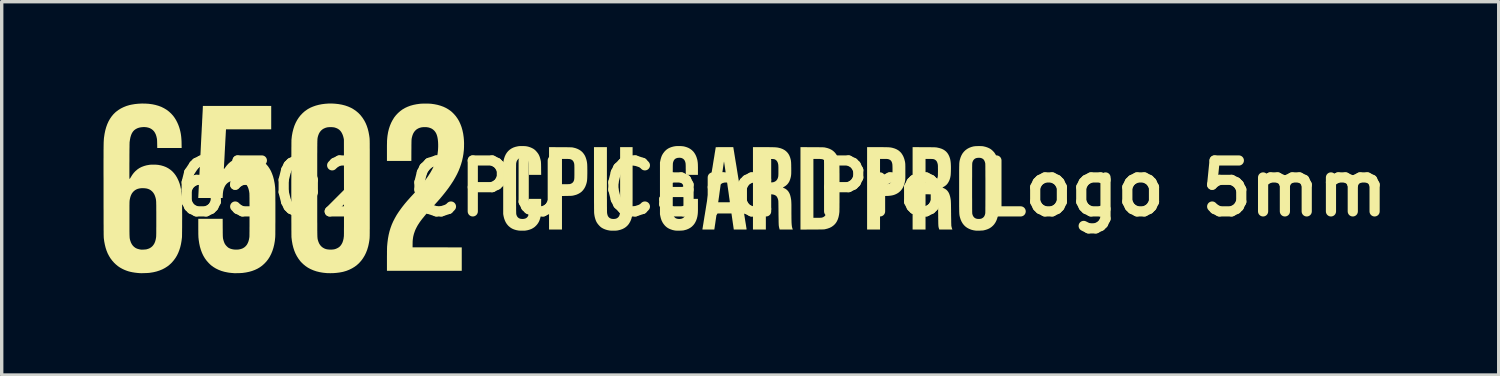
<source format=kicad_pcb>
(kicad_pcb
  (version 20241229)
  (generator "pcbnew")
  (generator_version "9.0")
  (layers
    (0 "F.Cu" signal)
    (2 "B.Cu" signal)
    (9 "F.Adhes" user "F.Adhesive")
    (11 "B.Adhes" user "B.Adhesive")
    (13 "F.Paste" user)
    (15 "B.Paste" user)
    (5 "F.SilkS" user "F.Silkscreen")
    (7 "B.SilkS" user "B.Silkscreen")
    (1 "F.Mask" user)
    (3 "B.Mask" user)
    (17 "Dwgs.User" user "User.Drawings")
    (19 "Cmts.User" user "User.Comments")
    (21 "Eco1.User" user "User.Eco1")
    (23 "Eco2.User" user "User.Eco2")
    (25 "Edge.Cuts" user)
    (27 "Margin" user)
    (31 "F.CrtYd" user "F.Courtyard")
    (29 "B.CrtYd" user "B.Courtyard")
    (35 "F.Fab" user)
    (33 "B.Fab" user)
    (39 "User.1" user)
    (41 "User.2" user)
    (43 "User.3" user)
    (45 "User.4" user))
  (footprint "6502 CPU Card Pro Logo 5mm"
    (layer "F.Cu")
    (at 19.987 2.5)
    (property "Reference" "6502 CPU Card Pro Logo 5mm" (at 0 0 0) (layer "F.SilkS") (effects (font (size 1.5 1.5) (thickness 0.3))))
    (attr board_only exclude_from_pos_files exclude_from_bom)
    (fp_poly (pts (xy 2.886 -1.214) (xy 2.942 -1.214) (xy 2.991 -1.214) (xy 3.034 -1.213) (xy 3.071 -1.213) (xy 3.102 -1.212) (xy 3.13 -1.211) (xy 3.154 -1.21) (xy 3.174 -1.208) (xy 3.193 -1.206) (xy 3.21 -1.204) (xy 3.225 -1.201) (xy 3.241 -1.198) (xy 3.257 -1.194) (xy 3.269 -1.191) (xy 3.331 -1.172) (xy 3.387 -1.147) (xy 3.438 -1.116) (xy 3.483 -1.078) (xy 3.522 -1.035) (xy 3.555 -0.985) (xy 3.584 -0.929) (xy 3.607 -0.867) (xy 3.625 -0.797) (xy 3.631 -0.766) (xy 3.632 -0.755) (xy 3.634 -0.744) (xy 3.635 -0.731) (xy 3.636 -0.717) (xy 3.637 -0.699) (xy 3.637 -0.678) (xy 3.638 -0.652) (xy 3.638 -0.621) (xy 3.638 -0.584) (xy 3.638 -0.54) (xy 3.638 -0.495) (xy 3.638 -0.444) (xy 3.638 -0.401) (xy 3.638 -0.365) (xy 3.638 -0.334) (xy 3.637 -0.309) (xy 3.637 -0.288) (xy 3.636 -0.271) (xy 3.635 -0.257) (xy 3.634 -0.245) (xy 3.632 -0.234) (xy 3.631 -0.224) (xy 3.617 -0.158) (xy 3.599 -0.099) (xy 3.578 -0.046) (xy 3.552 0.002) (xy 3.521 0.045) (xy 3.5 0.07) (xy 3.464 0.104) (xy 3.427 0.133) (xy 3.385 0.158) (xy 3.374 0.163) (xy 3.342 0.178) (xy 3.309 0.191) (xy 3.275 0.201) (xy 3.24 0.209) (xy 3.2 0.215) (xy 3.157 0.22) (xy 3.108 0.223) (xy 3.052 0.224) (xy 3.011 0.224) (xy 2.892 0.224) (xy 2.892 0.719) (xy 2.892 1.214) (xy 2.701 1.214) (xy 2.511 1.214) (xy 2.511 0) (xy 2.511 -0.495) (xy 2.892 -0.495) (xy 2.892 -0.123) (xy 3.003 -0.123) (xy 3.042 -0.123) (xy 3.075 -0.123) (xy 3.1 -0.124) (xy 3.118 -0.126) (xy 3.131 -0.128) (xy 3.135 -0.128) (xy 3.169 -0.141) (xy 3.197 -0.158) (xy 3.219 -0.181) (xy 3.236 -0.211) (xy 3.249 -0.247) (xy 3.253 -0.264) (xy 3.255 -0.277) (xy 3.256 -0.298) (xy 3.258 -0.325) (xy 3.259 -0.357) (xy 3.259 -0.393) (xy 3.26 -0.432) (xy 3.26 -0.473) (xy 3.26 -0.514) (xy 3.26 -0.554) (xy 3.26 -0.593) (xy 3.259 -0.63) (xy 3.258 -0.662) (xy 3.257 -0.689) (xy 3.255 -0.71) (xy 3.253 -0.724) (xy 3.253 -0.724) (xy 3.243 -0.762) (xy 3.229 -0.794) (xy 3.211 -0.818) (xy 3.189 -0.838) (xy 3.16 -0.852) (xy 3.142 -0.859) (xy 3.133 -0.861) (xy 3.123 -0.863) (xy 3.112 -0.865) (xy 3.099 -0.866) (xy 3.081 -0.867) (xy 3.058 -0.867) (xy 3.029 -0.867) (xy 3.003 -0.867) (xy 2.892 -0.867) (xy 2.892 -0.495) (xy 2.511 -0.495) (xy 2.511 -1.214) (xy 2.822 -1.214)) (stroke (width 0) (type solid)) (fill yes) (layer "F.SilkS"))
    (fp_poly (pts (xy -6.527 -1.213) (xy -6.464 -1.213) (xy -6.41 -1.212) (xy -6.363 -1.212) (xy -6.323 -1.212) (xy -6.288 -1.211) (xy -6.259 -1.211) (xy -6.235 -1.21) (xy -6.215 -1.209) (xy -6.199 -1.209) (xy -6.186 -1.208) (xy -6.175 -1.207) (xy -6.166 -1.206) (xy -6.159 -1.204) (xy -6.158 -1.204) (xy -6.089 -1.188) (xy -6.028 -1.166) (xy -5.973 -1.139) (xy -5.924 -1.107) (xy -5.88 -1.069) (xy -5.843 -1.025) (xy -5.81 -0.975) (xy -5.799 -0.954) (xy -5.789 -0.932) (xy -5.778 -0.904) (xy -5.768 -0.874) (xy -5.759 -0.844) (xy -5.752 -0.817) (xy -5.75 -0.808) (xy -5.746 -0.788) (xy -5.743 -0.769) (xy -5.74 -0.75) (xy -5.738 -0.731) (xy -5.736 -0.71) (xy -5.735 -0.686) (xy -5.734 -0.659) (xy -5.733 -0.627) (xy -5.733 -0.589) (xy -5.732 -0.545) (xy -5.732 -0.495) (xy -5.732 -0.438) (xy -5.733 -0.388) (xy -5.734 -0.345) (xy -5.735 -0.307) (xy -5.737 -0.274) (xy -5.739 -0.245) (xy -5.742 -0.219) (xy -5.746 -0.195) (xy -5.751 -0.172) (xy -5.757 -0.149) (xy -5.764 -0.126) (xy -5.77 -0.107) (xy -5.794 -0.047) (xy -5.824 0.007) (xy -5.859 0.055) (xy -5.899 0.097) (xy -5.946 0.133) (xy -5.999 0.163) (xy -6.057 0.188) (xy -6.123 0.206) (xy -6.158 0.214) (xy -6.171 0.216) (xy -6.187 0.218) (xy -6.206 0.219) (xy -6.229 0.221) (xy -6.257 0.222) (xy -6.291 0.222) (xy -6.332 0.223) (xy -6.338 0.223) (xy -6.479 0.225) (xy -6.479 0.72) (xy -6.479 1.214) (xy -6.669 1.214) (xy -6.86 1.214) (xy -6.86 -0.000234) (xy -6.86 -0.495) (xy -6.479 -0.495) (xy -6.479 -0.123) (xy -6.37 -0.123) (xy -6.331 -0.123) (xy -6.299 -0.124) (xy -6.274 -0.124) (xy -6.256 -0.126) (xy -6.243 -0.128) (xy -6.24 -0.128) (xy -6.206 -0.141) (xy -6.176 -0.159) (xy -6.153 -0.182) (xy -6.136 -0.209) (xy -6.136 -0.209) (xy -6.131 -0.221) (xy -6.127 -0.232) (xy -6.123 -0.243) (xy -6.121 -0.255) (xy -6.118 -0.268) (xy -6.117 -0.284) (xy -6.115 -0.304) (xy -6.114 -0.328) (xy -6.114 -0.357) (xy -6.113 -0.391) (xy -6.113 -0.432) (xy -6.113 -0.481) (xy -6.113 -0.495) (xy -6.113 -0.543) (xy -6.113 -0.584) (xy -6.113 -0.618) (xy -6.114 -0.646) (xy -6.114 -0.668) (xy -6.115 -0.686) (xy -6.116 -0.7) (xy -6.117 -0.712) (xy -6.118 -0.721) (xy -6.119 -0.729) (xy -6.121 -0.734) (xy -6.132 -0.77) (xy -6.147 -0.799) (xy -6.165 -0.822) (xy -6.187 -0.839) (xy -6.197 -0.845) (xy -6.211 -0.851) (xy -6.223 -0.856) (xy -6.236 -0.86) (xy -6.251 -0.863) (xy -6.269 -0.865) (xy -6.291 -0.866) (xy -6.319 -0.867) (xy -6.353 -0.867) (xy -6.37 -0.867) (xy -6.479 -0.867) (xy -6.479 -0.495) (xy -6.86 -0.495) (xy -6.86 -1.215)) (stroke (width 0) (type solid)) (fill yes) (layer "F.SilkS"))
    (fp_poly (pts (xy -5.155 -0.259) (xy -5.155 -0.151) (xy -5.155 -0.052) (xy -5.155 0.04) (xy -5.155 0.124) (xy -5.155 0.201) (xy -5.155 0.272) (xy -5.154 0.335) (xy -5.154 0.393) (xy -5.154 0.445) (xy -5.154 0.491) (xy -5.154 0.532) (xy -5.153 0.569) (xy -5.153 0.6) (xy -5.153 0.628) (xy -5.152 0.652) (xy -5.152 0.672) (xy -5.152 0.689) (xy -5.151 0.703) (xy -5.151 0.714) (xy -5.15 0.724) (xy -5.149 0.731) (xy -5.149 0.737) (xy -5.148 0.738) (xy -5.139 0.78) (xy -5.126 0.815) (xy -5.107 0.843) (xy -5.084 0.866) (xy -5.063 0.879) (xy -5.036 0.891) (xy -5.01 0.898) (xy -4.98 0.901) (xy -4.96 0.902) (xy -4.92 0.899) (xy -4.885 0.892) (xy -4.856 0.878) (xy -4.829 0.859) (xy -4.823 0.853) (xy -4.806 0.833) (xy -4.793 0.812) (xy -4.783 0.786) (xy -4.774 0.754) (xy -4.774 0.751) (xy -4.773 0.746) (xy -4.772 0.742) (xy -4.771 0.736) (xy -4.771 0.729) (xy -4.77 0.721) (xy -4.769 0.712) (xy -4.769 0.7) (xy -4.768 0.685) (xy -4.768 0.668) (xy -4.768 0.648) (xy -4.767 0.625) (xy -4.767 0.598) (xy -4.767 0.566) (xy -4.767 0.53) (xy -4.766 0.49) (xy -4.766 0.444) (xy -4.766 0.393) (xy -4.766 0.336) (xy -4.766 0.273) (xy -4.766 0.204) (xy -4.766 0.128) (xy -4.766 0.044) (xy -4.766 -0.047) (xy -4.766 -0.145) (xy -4.766 -0.251) (xy -4.766 -1.214) (xy -4.582 -1.214) (xy -4.398 -1.214) (xy -4.398 -0.28) (xy -4.398 -0.163) (xy -4.398 -0.053) (xy -4.398 0.051) (xy -4.398 0.147) (xy -4.398 0.237) (xy -4.398 0.319) (xy -4.399 0.394) (xy -4.399 0.461) (xy -4.399 0.521) (xy -4.4 0.573) (xy -4.4 0.617) (xy -4.4 0.653) (xy -4.401 0.682) (xy -4.401 0.702) (xy -4.402 0.713) (xy -4.408 0.776) (xy -4.418 0.833) (xy -4.431 0.885) (xy -4.448 0.934) (xy -4.47 0.982) (xy -4.479 0.998) (xy -4.511 1.051) (xy -4.55 1.097) (xy -4.595 1.138) (xy -4.645 1.172) (xy -4.701 1.2) (xy -4.763 1.222) (xy -4.83 1.238) (xy -4.855 1.242) (xy -4.883 1.245) (xy -4.917 1.246) (xy -4.955 1.247) (xy -4.993 1.247) (xy -5.03 1.246) (xy -5.063 1.244) (xy -5.083 1.241) (xy -5.148 1.228) (xy -5.209 1.209) (xy -5.267 1.184) (xy -5.311 1.159) (xy -5.343 1.135) (xy -5.374 1.105) (xy -5.405 1.071) (xy -5.434 1.034) (xy -5.458 0.997) (xy -5.467 0.979) (xy -5.485 0.939) (xy -5.5 0.892) (xy -5.514 0.841) (xy -5.524 0.787) (xy -5.531 0.732) (xy -5.531 0.728) (xy -5.532 0.717) (xy -5.532 0.698) (xy -5.533 0.671) (xy -5.533 0.636) (xy -5.534 0.592) (xy -5.534 0.541) (xy -5.534 0.482) (xy -5.535 0.414) (xy -5.535 0.34) (xy -5.535 0.257) (xy -5.535 0.167) (xy -5.535 0.07) (xy -5.536 -0.035) (xy -5.536 -0.147) (xy -5.536 -0.266) (xy -5.536 -0.268) (xy -5.536 -1.214) (xy -5.345 -1.214) (xy -5.155 -1.214)) (stroke (width 0) (type solid)) (fill yes) (layer "F.SilkS"))
    (fp_poly (pts (xy 0.892 -1.213) (xy 0.955 -1.213) (xy 1.01 -1.212) (xy 1.058 -1.212) (xy 1.099 -1.212) (xy 1.135 -1.211) (xy 1.164 -1.211) (xy 1.189 -1.21) (xy 1.21 -1.21) (xy 1.226 -1.209) (xy 1.24 -1.208) (xy 1.251 -1.207) (xy 1.26 -1.206) (xy 1.268 -1.205) (xy 1.271 -1.204) (xy 1.339 -1.188) (xy 1.4 -1.167) (xy 1.454 -1.141) (xy 1.502 -1.11) (xy 1.544 -1.073) (xy 1.581 -1.031) (xy 1.599 -1.007) (xy 1.627 -0.959) (xy 1.65 -0.908) (xy 1.668 -0.853) (xy 1.682 -0.793) (xy 1.692 -0.726) (xy 1.694 -0.702) (xy 1.695 -0.691) (xy 1.695 -0.673) (xy 1.696 -0.646) (xy 1.696 -0.614) (xy 1.697 -0.575) (xy 1.697 -0.53) (xy 1.697 -0.48) (xy 1.698 -0.427) (xy 1.698 -0.369) (xy 1.698 -0.308) (xy 1.698 -0.244) (xy 1.698 -0.178) (xy 1.699 -0.111) (xy 1.699 -0.043) (xy 1.699 0.026) (xy 1.699 0.094) (xy 1.698 0.162) (xy 1.698 0.228) (xy 1.698 0.293) (xy 1.698 0.354) (xy 1.698 0.413) (xy 1.697 0.468) (xy 1.697 0.519) (xy 1.697 0.564) (xy 1.696 0.605) (xy 1.696 0.639) (xy 1.695 0.667) (xy 1.695 0.687) (xy 1.694 0.7) (xy 1.694 0.702) (xy 1.684 0.778) (xy 1.669 0.848) (xy 1.649 0.911) (xy 1.623 0.968) (xy 1.592 1.019) (xy 1.554 1.063) (xy 1.511 1.102) (xy 1.462 1.136) (xy 1.406 1.164) (xy 1.344 1.186) (xy 1.276 1.203) (xy 1.271 1.204) (xy 1.264 1.206) (xy 1.255 1.207) (xy 1.245 1.208) (xy 1.233 1.209) (xy 1.217 1.209) (xy 1.199 1.21) (xy 1.176 1.211) (xy 1.148 1.211) (xy 1.116 1.211) (xy 1.077 1.212) (xy 1.032 1.212) (xy 0.98 1.213) (xy 0.92 1.213) (xy 0.892 1.213) (xy 0.548 1.215) (xy 0.548 0) (xy 0.929 0) (xy 0.929 0.867) (xy 1.043 0.867) (xy 1.08 0.867) (xy 1.109 0.867) (xy 1.133 0.866) (xy 1.151 0.865) (xy 1.165 0.864) (xy 1.177 0.862) (xy 1.185 0.86) (xy 1.214 0.85) (xy 1.241 0.834) (xy 1.264 0.815) (xy 1.278 0.798) (xy 1.293 0.771) (xy 1.304 0.736) (xy 1.313 0.696) (xy 1.313 0.692) (xy 1.314 0.683) (xy 1.314 0.667) (xy 1.315 0.643) (xy 1.315 0.612) (xy 1.316 0.575) (xy 1.316 0.533) (xy 1.317 0.485) (xy 1.317 0.433) (xy 1.317 0.377) (xy 1.317 0.318) (xy 1.318 0.256) (xy 1.318 0.192) (xy 1.318 0.126) (xy 1.318 0.059) (xy 1.318 -0.008) (xy 1.318 -0.076) (xy 1.318 -0.143) (xy 1.318 -0.208) (xy 1.318 -0.272) (xy 1.317 -0.333) (xy 1.317 -0.392) (xy 1.317 -0.447) (xy 1.317 -0.498) (xy 1.316 -0.544) (xy 1.316 -0.585) (xy 1.315 -0.62) (xy 1.315 -0.649) (xy 1.314 -0.671) (xy 1.314 -0.686) (xy 1.313 -0.692) (xy 1.306 -0.733) (xy 1.295 -0.767) (xy 1.28 -0.795) (xy 1.261 -0.818) (xy 1.239 -0.836) (xy 1.226 -0.844) (xy 1.213 -0.851) (xy 1.199 -0.857) (xy 1.184 -0.861) (xy 1.165 -0.863) (xy 1.143 -0.865) (xy 1.115 -0.867) (xy 1.081 -0.867) (xy 1.043 -0.867) (xy 0.929 -0.867) (xy 0.929 0) (xy 0.548 0) (xy 0.548 -1.215)) (stroke (width 0) (type solid)) (fill yes) (layer "F.SilkS"))
    (fp_poly (pts (xy -2.99 -1.246) (xy -2.95 -1.244) (xy -2.914 -1.24) (xy -2.885 -1.236) (xy -2.819 -1.218) (xy -2.759 -1.195) (xy -2.704 -1.165) (xy -2.655 -1.129) (xy -2.611 -1.087) (xy -2.574 -1.038) (xy -2.542 -0.984) (xy -2.516 -0.923) (xy -2.496 -0.856) (xy -2.494 -0.85) (xy -2.488 -0.824) (xy -2.484 -0.798) (xy -2.48 -0.77) (xy -2.477 -0.739) (xy -2.475 -0.704) (xy -2.474 -0.665) (xy -2.473 -0.619) (xy -2.473 -0.566) (xy -2.473 -0.551) (xy -2.473 -0.398) (xy -2.653 -0.398) (xy -2.832 -0.398) (xy -2.832 -0.551) (xy -2.833 -0.588) (xy -2.833 -0.623) (xy -2.833 -0.655) (xy -2.834 -0.684) (xy -2.835 -0.708) (xy -2.836 -0.725) (xy -2.837 -0.734) (xy -2.846 -0.777) (xy -2.861 -0.814) (xy -2.881 -0.845) (xy -2.907 -0.869) (xy -2.938 -0.887) (xy -2.966 -0.897) (xy -2.988 -0.9) (xy -3.016 -0.902) (xy -3.045 -0.901) (xy -3.072 -0.898) (xy -3.093 -0.893) (xy -3.126 -0.88) (xy -3.153 -0.861) (xy -3.175 -0.836) (xy -3.192 -0.805) (xy -3.205 -0.766) (xy -3.208 -0.753) (xy -3.209 -0.748) (xy -3.21 -0.743) (xy -3.211 -0.736) (xy -3.211 -0.728) (xy -3.212 -0.718) (xy -3.212 -0.705) (xy -3.213 -0.689) (xy -3.213 -0.67) (xy -3.214 -0.648) (xy -3.214 -0.621) (xy -3.214 -0.59) (xy -3.214 -0.555) (xy -3.215 -0.514) (xy -3.215 -0.468) (xy -3.215 -0.416) (xy -3.215 -0.357) (xy -3.215 -0.292) (xy -3.215 -0.22) (xy -3.215 -0.14) (xy -3.215 -0.053) (xy -3.215 0.004) (xy -3.215 0.097) (xy -3.215 0.181) (xy -3.215 0.257) (xy -3.215 0.326) (xy -3.215 0.389) (xy -3.215 0.445) (xy -3.215 0.494) (xy -3.215 0.538) (xy -3.214 0.576) (xy -3.214 0.61) (xy -3.214 0.639) (xy -3.214 0.663) (xy -3.213 0.684) (xy -3.213 0.702) (xy -3.212 0.716) (xy -3.212 0.727) (xy -3.211 0.737) (xy -3.21 0.744) (xy -3.21 0.75) (xy -3.209 0.754) (xy -3.208 0.758) (xy -3.195 0.799) (xy -3.177 0.832) (xy -3.155 0.859) (xy -3.129 0.879) (xy -3.097 0.892) (xy -3.059 0.9) (xy -3.025 0.902) (xy -2.982 0.899) (xy -2.945 0.89) (xy -2.913 0.875) (xy -2.887 0.854) (xy -2.866 0.826) (xy -2.85 0.791) (xy -2.839 0.75) (xy -2.839 0.746) (xy -2.837 0.736) (xy -2.836 0.723) (xy -2.835 0.707) (xy -2.834 0.687) (xy -2.833 0.663) (xy -2.833 0.634) (xy -2.833 0.598) (xy -2.832 0.555) (xy -2.832 0.509) (xy -2.832 0.309) (xy -2.653 0.309) (xy -2.473 0.309) (xy -2.473 0.507) (xy -2.473 0.559) (xy -2.473 0.604) (xy -2.473 0.642) (xy -2.474 0.675) (xy -2.475 0.702) (xy -2.476 0.724) (xy -2.478 0.744) (xy -2.479 0.759) (xy -2.489 0.826) (xy -2.504 0.887) (xy -2.523 0.942) (xy -2.547 0.993) (xy -2.574 1.039) (xy -2.612 1.087) (xy -2.654 1.129) (xy -2.702 1.164) (xy -2.755 1.193) (xy -2.814 1.217) (xy -2.879 1.234) (xy -2.885 1.236) (xy -2.91 1.24) (xy -2.941 1.243) (xy -2.977 1.245) (xy -3.014 1.246) (xy -3.052 1.247) (xy -3.089 1.246) (xy -3.121 1.245) (xy -3.147 1.242) (xy -3.15 1.242) (xy -3.217 1.228) (xy -3.279 1.207) (xy -3.317 1.191) (xy -3.357 1.17) (xy -3.392 1.146) (xy -3.424 1.119) (xy -3.449 1.094) (xy -3.486 1.049) (xy -3.518 0.999) (xy -3.545 0.944) (xy -3.566 0.883) (xy -3.582 0.815) (xy -3.582 0.813) (xy -3.592 0.764) (xy -3.592 0) (xy -3.592 -0.764) (xy -3.582 -0.813) (xy -3.574 -0.849) (xy -3.564 -0.886) (xy -3.553 -0.921) (xy -3.541 -0.953) (xy -3.53 -0.978) (xy -3.5 -1.029) (xy -3.464 -1.077) (xy -3.424 -1.119) (xy -3.391 -1.147) (xy -3.349 -1.175) (xy -3.3 -1.199) (xy -3.246 -1.219) (xy -3.189 -1.234) (xy -3.142 -1.242) (xy -3.11 -1.245) (xy -3.072 -1.247) (xy -3.032 -1.247)) (stroke (width 0) (type solid)) (fill yes) (layer "F.SilkS"))
    (fp_poly (pts (xy -7.62 -1.247) (xy -7.584 -1.245) (xy -7.551 -1.243) (xy -7.524 -1.239) (xy -7.513 -1.238) (xy -7.464 -1.226) (xy -7.415 -1.21) (xy -7.368 -1.19) (xy -7.326 -1.168) (xy -7.291 -1.144) (xy -7.262 -1.119) (xy -7.232 -1.087) (xy -7.203 -1.052) (xy -7.178 -1.017) (xy -7.16 -0.986) (xy -7.142 -0.946) (xy -7.126 -0.899) (xy -7.112 -0.847) (xy -7.104 -0.812) (xy -7.102 -0.801) (xy -7.1 -0.789) (xy -7.099 -0.776) (xy -7.098 -0.761) (xy -7.097 -0.744) (xy -7.096 -0.723) (xy -7.095 -0.696) (xy -7.095 -0.665) (xy -7.094 -0.626) (xy -7.094 -0.583) (xy -7.092 -0.398) (xy -7.272 -0.398) (xy -7.452 -0.398) (xy -7.452 -0.56) (xy -7.452 -0.605) (xy -7.452 -0.642) (xy -7.453 -0.672) (xy -7.453 -0.696) (xy -7.454 -0.716) (xy -7.455 -0.731) (xy -7.457 -0.744) (xy -7.458 -0.754) (xy -7.459 -0.754) (xy -7.47 -0.795) (xy -7.487 -0.829) (xy -7.509 -0.856) (xy -7.536 -0.877) (xy -7.569 -0.892) (xy -7.607 -0.9) (xy -7.642 -0.902) (xy -7.685 -0.899) (xy -7.723 -0.889) (xy -7.755 -0.873) (xy -7.781 -0.851) (xy -7.802 -0.822) (xy -7.818 -0.786) (xy -7.828 -0.744) (xy -7.828 -0.742) (xy -7.829 -0.736) (xy -7.83 -0.725) (xy -7.83 -0.71) (xy -7.831 -0.689) (xy -7.831 -0.664) (xy -7.831 -0.633) (xy -7.832 -0.595) (xy -7.832 -0.552) (xy -7.832 -0.503) (xy -7.832 -0.447) (xy -7.832 -0.384) (xy -7.832 -0.314) (xy -7.832 -0.236) (xy -7.832 -0.151) (xy -7.832 -0.058) (xy -7.832 0.017) (xy -7.832 0.109) (xy -7.832 0.194) (xy -7.831 0.271) (xy -7.831 0.34) (xy -7.831 0.402) (xy -7.831 0.458) (xy -7.831 0.508) (xy -7.83 0.552) (xy -7.83 0.591) (xy -7.83 0.624) (xy -7.83 0.653) (xy -7.829 0.678) (xy -7.829 0.699) (xy -7.828 0.716) (xy -7.828 0.73) (xy -7.827 0.741) (xy -7.827 0.75) (xy -7.826 0.758) (xy -7.825 0.763) (xy -7.824 0.767) (xy -7.823 0.771) (xy -7.823 0.771) (xy -7.812 0.803) (xy -7.799 0.829) (xy -7.782 0.85) (xy -7.778 0.855) (xy -7.754 0.875) (xy -7.725 0.889) (xy -7.692 0.898) (xy -7.653 0.901) (xy -7.639 0.902) (xy -7.597 0.898) (xy -7.56 0.889) (xy -7.528 0.873) (xy -7.502 0.85) (xy -7.481 0.821) (xy -7.466 0.784) (xy -7.457 0.75) (xy -7.455 0.74) (xy -7.454 0.722) (xy -7.454 0.696) (xy -7.453 0.663) (xy -7.452 0.624) (xy -7.452 0.578) (xy -7.452 0.527) (xy -7.452 0.518) (xy -7.452 0.309) (xy -7.272 0.309) (xy -7.092 0.309) (xy -7.094 0.538) (xy -7.094 0.589) (xy -7.095 0.632) (xy -7.095 0.668) (xy -7.095 0.698) (xy -7.096 0.723) (xy -7.097 0.743) (xy -7.098 0.76) (xy -7.099 0.774) (xy -7.1 0.786) (xy -7.101 0.796) (xy -7.103 0.806) (xy -7.104 0.812) (xy -7.119 0.875) (xy -7.137 0.931) (xy -7.158 0.981) (xy -7.184 1.026) (xy -7.215 1.068) (xy -7.24 1.096) (xy -7.282 1.136) (xy -7.329 1.169) (xy -7.381 1.197) (xy -7.438 1.218) (xy -7.501 1.235) (xy -7.555 1.244) (xy -7.577 1.246) (xy -7.606 1.247) (xy -7.638 1.247) (xy -7.672 1.247) (xy -7.705 1.246) (xy -7.735 1.245) (xy -7.759 1.242) (xy -7.763 1.242) (xy -7.831 1.229) (xy -7.893 1.21) (xy -7.95 1.185) (xy -8.001 1.153) (xy -8.047 1.115) (xy -8.068 1.094) (xy -8.106 1.048) (xy -8.138 0.997) (xy -8.164 0.94) (xy -8.186 0.877) (xy -8.202 0.808) (xy -8.202 0.807) (xy -8.211 0.755) (xy -8.211 0) (xy -8.211 -0.755) (xy -8.202 -0.807) (xy -8.185 -0.878) (xy -8.163 -0.943) (xy -8.135 -1.002) (xy -8.101 -1.055) (xy -8.062 -1.101) (xy -8.017 -1.141) (xy -7.966 -1.175) (xy -7.91 -1.203) (xy -7.848 -1.224) (xy -7.78 -1.239) (xy -7.747 -1.244) (xy -7.722 -1.246) (xy -7.691 -1.247) (xy -7.656 -1.247)) (stroke (width 0) (type solid)) (fill yes) (layer "F.SilkS"))
    (fp_poly (pts (xy -0.475 -1.214) (xy -0.418 -1.214) (xy -0.369 -1.214) (xy -0.325 -1.213) (xy -0.288 -1.213) (xy -0.255 -1.212) (xy -0.227 -1.211) (xy -0.203 -1.21) (xy -0.182 -1.209) (xy -0.163 -1.207) (xy -0.146 -1.205) (xy -0.13 -1.203) (xy -0.114 -1.2) (xy -0.099 -1.197) (xy -0.035 -1.181) (xy 0.024 -1.158) (xy 0.076 -1.13) (xy 0.122 -1.096) (xy 0.162 -1.056) (xy 0.196 -1.011) (xy 0.224 -0.959) (xy 0.246 -0.901) (xy 0.254 -0.871) (xy 0.259 -0.852) (xy 0.263 -0.835) (xy 0.266 -0.819) (xy 0.268 -0.803) (xy 0.27 -0.785) (xy 0.272 -0.765) (xy 0.273 -0.742) (xy 0.274 -0.714) (xy 0.275 -0.68) (xy 0.275 -0.64) (xy 0.276 -0.609) (xy 0.276 -0.56) (xy 0.277 -0.518) (xy 0.276 -0.482) (xy 0.276 -0.451) (xy 0.275 -0.425) (xy 0.273 -0.402) (xy 0.271 -0.381) (xy 0.268 -0.361) (xy 0.264 -0.341) (xy 0.259 -0.32) (xy 0.258 -0.314) (xy 0.24 -0.254) (xy 0.218 -0.201) (xy 0.189 -0.154) (xy 0.155 -0.113) (xy 0.115 -0.078) (xy 0.069 -0.048) (xy 0.062 -0.044) (xy 0.048 -0.036) (xy 0.037 -0.029) (xy 0.031 -0.025) (xy 0.03 -0.024) (xy 0.033 -0.021) (xy 0.043 -0.016) (xy 0.056 -0.011) (xy 0.094 0.006) (xy 0.129 0.029) (xy 0.161 0.057) (xy 0.188 0.088) (xy 0.211 0.124) (xy 0.231 0.164) (xy 0.247 0.211) (xy 0.26 0.264) (xy 0.271 0.323) (xy 0.275 0.355) (xy 0.276 0.37) (xy 0.277 0.386) (xy 0.278 0.404) (xy 0.279 0.426) (xy 0.28 0.452) (xy 0.281 0.483) (xy 0.281 0.519) (xy 0.281 0.562) (xy 0.281 0.611) (xy 0.281 0.668) (xy 0.281 0.675) (xy 0.281 0.747) (xy 0.282 0.812) (xy 0.282 0.869) (xy 0.283 0.92) (xy 0.284 0.965) (xy 0.285 1.004) (xy 0.287 1.038) (xy 0.289 1.067) (xy 0.292 1.093) (xy 0.295 1.116) (xy 0.298 1.136) (xy 0.302 1.153) (xy 0.307 1.17) (xy 0.312 1.185) (xy 0.313 1.187) (xy 0.323 1.214) (xy 0.13 1.214) (xy -0.064 1.214) (xy -0.069 1.198) (xy -0.08 1.158) (xy -0.087 1.122) (xy -0.091 1.096) (xy -0.092 1.085) (xy -0.093 1.067) (xy -0.094 1.042) (xy -0.095 1.01) (xy -0.096 0.972) (xy -0.096 0.928) (xy -0.097 0.88) (xy -0.098 0.828) (xy -0.099 0.772) (xy -0.099 0.713) (xy -0.099 0.713) (xy -0.1 0.65) (xy -0.1 0.596) (xy -0.101 0.549) (xy -0.101 0.508) (xy -0.102 0.474) (xy -0.102 0.445) (xy -0.103 0.421) (xy -0.103 0.401) (xy -0.104 0.385) (xy -0.105 0.371) (xy -0.106 0.361) (xy -0.107 0.352) (xy -0.108 0.345) (xy -0.11 0.338) (xy -0.111 0.332) (xy -0.112 0.33) (xy -0.122 0.298) (xy -0.135 0.269) (xy -0.15 0.244) (xy -0.165 0.225) (xy -0.169 0.222) (xy -0.189 0.208) (xy -0.209 0.197) (xy -0.233 0.188) (xy -0.26 0.181) (xy -0.292 0.177) (xy -0.33 0.174) (xy -0.375 0.173) (xy -0.385 0.173) (xy -0.472 0.173) (xy -0.472 0.694) (xy -0.472 1.214) (xy -0.662 1.214) (xy -0.852 1.214) (xy -0.852 0) (xy -0.852 -0.52) (xy -0.472 -0.52) (xy -0.472 -0.172) (xy -0.369 -0.174) (xy -0.336 -0.175) (xy -0.309 -0.176) (xy -0.289 -0.177) (xy -0.273 -0.178) (xy -0.261 -0.18) (xy -0.25 -0.182) (xy -0.241 -0.185) (xy -0.24 -0.185) (xy -0.204 -0.2) (xy -0.173 -0.221) (xy -0.149 -0.247) (xy -0.129 -0.278) (xy -0.115 -0.317) (xy -0.107 -0.347) (xy -0.106 -0.361) (xy -0.104 -0.381) (xy -0.103 -0.407) (xy -0.102 -0.438) (xy -0.102 -0.471) (xy -0.102 -0.507) (xy -0.102 -0.544) (xy -0.102 -0.58) (xy -0.102 -0.613) (xy -0.103 -0.644) (xy -0.104 -0.67) (xy -0.106 -0.69) (xy -0.107 -0.702) (xy -0.117 -0.745) (xy -0.131 -0.78) (xy -0.149 -0.808) (xy -0.171 -0.831) (xy -0.18 -0.837) (xy -0.191 -0.845) (xy -0.202 -0.851) (xy -0.213 -0.856) (xy -0.225 -0.859) (xy -0.239 -0.862) (xy -0.257 -0.864) (xy -0.279 -0.865) (xy -0.308 -0.866) (xy -0.343 -0.866) (xy -0.354 -0.866) (xy -0.472 -0.868) (xy -0.472 -0.52) (xy -0.852 -0.52) (xy -0.852 -1.214) (xy -0.54 -1.214)) (stroke (width 0) (type solid)) (fill yes) (layer "F.SilkS"))
    (fp_poly (pts (xy -1.43 -1.205) (xy -1.429 -1.199) (xy -1.427 -1.186) (xy -1.423 -1.165) (xy -1.419 -1.137) (xy -1.413 -1.102) (xy -1.406 -1.062) (xy -1.399 -1.015) (xy -1.39 -0.962) (xy -1.381 -0.905) (xy -1.371 -0.843) (xy -1.36 -0.777) (xy -1.348 -0.706) (xy -1.336 -0.633) (xy -1.324 -0.556) (xy -1.311 -0.476) (xy -1.298 -0.395) (xy -1.284 -0.311) (xy -1.27 -0.226) (xy -1.256 -0.14) (xy -1.242 -0.053) (xy -1.228 0.034) (xy -1.214 0.121) (xy -1.2 0.207) (xy -1.186 0.293) (xy -1.173 0.377) (xy -1.159 0.459) (xy -1.146 0.539) (xy -1.134 0.616) (xy -1.122 0.691) (xy -1.11 0.762) (xy -1.099 0.829) (xy -1.089 0.892) (xy -1.08 0.951) (xy -1.071 1.005) (xy -1.063 1.053) (xy -1.056 1.095) (xy -1.051 1.132) (xy -1.046 1.161) (xy -1.042 1.184) (xy -1.04 1.199) (xy -1.039 1.206) (xy -1.039 1.207) (xy -1.039 1.209) (xy -1.041 1.21) (xy -1.045 1.211) (xy -1.052 1.212) (xy -1.062 1.213) (xy -1.077 1.213) (xy -1.097 1.213) (xy -1.122 1.214) (xy -1.154 1.214) (xy -1.193 1.213) (xy -1.228 1.213) (xy -1.417 1.212) (xy -1.451 0.976) (xy -1.485 0.74) (xy -1.703 0.74) (xy -1.921 0.74) (xy -1.954 0.968) (xy -1.96 1.011) (xy -1.966 1.052) (xy -1.972 1.089) (xy -1.977 1.123) (xy -1.981 1.152) (xy -1.985 1.175) (xy -1.987 1.193) (xy -1.989 1.203) (xy -1.989 1.205) (xy -1.991 1.214) (xy -2.166 1.214) (xy -2.206 1.214) (xy -2.241 1.214) (xy -2.273 1.213) (xy -2.299 1.213) (xy -2.32 1.212) (xy -2.334 1.212) (xy -2.341 1.211) (xy -2.342 1.21) (xy -2.341 1.206) (xy -2.339 1.194) (xy -2.336 1.173) (xy -2.331 1.146) (xy -2.326 1.111) (xy -2.319 1.07) (xy -2.311 1.022) (xy -2.303 0.969) (xy -2.293 0.909) (xy -2.283 0.845) (xy -2.271 0.775) (xy -2.259 0.7) (xy -2.246 0.621) (xy -2.233 0.538) (xy -2.219 0.452) (xy -2.212 0.41) (xy -1.877 0.41) (xy -1.705 0.41) (xy -1.661 0.41) (xy -1.624 0.41) (xy -1.595 0.41) (xy -1.572 0.409) (xy -1.555 0.409) (xy -1.543 0.408) (xy -1.536 0.407) (xy -1.533 0.406) (xy -1.533 0.405) (xy -1.534 0.399) (xy -1.535 0.386) (xy -1.538 0.365) (xy -1.542 0.338) (xy -1.546 0.304) (xy -1.552 0.266) (xy -1.558 0.222) (xy -1.564 0.175) (xy -1.571 0.123) (xy -1.579 0.069) (xy -1.587 0.012) (xy -1.596 -0.047) (xy -1.604 -0.107) (xy -1.613 -0.168) (xy -1.622 -0.229) (xy -1.63 -0.29) (xy -1.639 -0.35) (xy -1.648 -0.409) (xy -1.656 -0.465) (xy -1.664 -0.519) (xy -1.671 -0.57) (xy -1.678 -0.617) (xy -1.684 -0.659) (xy -1.69 -0.697) (xy -1.695 -0.729) (xy -1.699 -0.755) (xy -1.702 -0.774) (xy -1.704 -0.787) (xy -1.705 -0.791) (xy -1.705 -0.791) (xy -1.706 -0.787) (xy -1.708 -0.775) (xy -1.712 -0.755) (xy -1.716 -0.728) (xy -1.721 -0.694) (xy -1.727 -0.653) (xy -1.734 -0.606) (xy -1.741 -0.554) (xy -1.75 -0.495) (xy -1.759 -0.432) (xy -1.768 -0.364) (xy -1.778 -0.291) (xy -1.789 -0.215) (xy -1.791 -0.2) (xy -1.801 -0.13) (xy -1.81 -0.062) (xy -1.819 0.003) (xy -1.828 0.064) (xy -1.836 0.122) (xy -1.843 0.176) (xy -1.85 0.226) (xy -1.856 0.27) (xy -1.862 0.309) (xy -1.866 0.341) (xy -1.87 0.367) (xy -1.873 0.386) (xy -1.874 0.397) (xy -1.875 0.401) (xy -1.877 0.41) (xy -2.212 0.41) (xy -2.204 0.362) (xy -2.189 0.268) (xy -2.173 0.173) (xy -2.157 0.074) (xy -2.145 -0.002) (xy -2.129 -0.102) (xy -2.113 -0.2) (xy -2.097 -0.295) (xy -2.082 -0.388) (xy -2.068 -0.477) (xy -2.054 -0.563) (xy -2.04 -0.644) (xy -2.028 -0.722) (xy -2.016 -0.796) (xy -2.005 -0.864) (xy -1.994 -0.927) (xy -1.985 -0.985) (xy -1.977 -1.038) (xy -1.969 -1.083) (xy -1.963 -1.123) (xy -1.957 -1.156) (xy -1.953 -1.181) (xy -1.95 -1.2) (xy -1.949 -1.21) (xy -1.948 -1.213) (xy -1.944 -1.213) (xy -1.932 -1.213) (xy -1.913 -1.213) (xy -1.888 -1.214) (xy -1.857 -1.214) (xy -1.822 -1.214) (xy -1.782 -1.214) (xy -1.739 -1.214) (xy -1.694 -1.214) (xy -1.69 -1.214) (xy -1.432 -1.214)) (stroke (width 0) (type solid)) (fill yes) (layer "F.SilkS"))
    (fp_poly (pts (xy 4.191 -1.213) (xy 4.253 -1.213) (xy 4.307 -1.212) (xy 4.354 -1.212) (xy 4.394 -1.212) (xy 4.429 -1.211) (xy 4.457 -1.211) (xy 4.482 -1.21) (xy 4.502 -1.21) (xy 4.518 -1.209) (xy 4.532 -1.208) (xy 4.544 -1.207) (xy 4.554 -1.206) (xy 4.563 -1.205) (xy 4.572 -1.203) (xy 4.577 -1.202) (xy 4.643 -1.187) (xy 4.701 -1.169) (xy 4.752 -1.146) (xy 4.797 -1.118) (xy 4.837 -1.086) (xy 4.871 -1.048) (xy 4.9 -1.006) (xy 4.913 -0.982) (xy 4.93 -0.947) (xy 4.943 -0.912) (xy 4.955 -0.875) (xy 4.964 -0.836) (xy 4.971 -0.793) (xy 4.976 -0.746) (xy 4.979 -0.694) (xy 4.981 -0.635) (xy 4.981 -0.57) (xy 4.98 -0.539) (xy 4.979 -0.488) (xy 4.977 -0.444) (xy 4.975 -0.408) (xy 4.972 -0.38) (xy 4.971 -0.369) (xy 4.958 -0.305) (xy 4.939 -0.246) (xy 4.914 -0.193) (xy 4.885 -0.146) (xy 4.853 -0.108) (xy 4.834 -0.091) (xy 4.81 -0.072) (xy 4.784 -0.055) (xy 4.759 -0.041) (xy 4.75 -0.036) (xy 4.739 -0.031) (xy 4.733 -0.026) (xy 4.733 -0.025) (xy 4.737 -0.021) (xy 4.747 -0.016) (xy 4.761 -0.009) (xy 4.768 -0.006) (xy 4.808 0.014) (xy 4.844 0.039) (xy 4.875 0.069) (xy 4.901 0.104) (xy 4.924 0.144) (xy 4.942 0.191) (xy 4.958 0.244) (xy 4.97 0.305) (xy 4.976 0.343) (xy 4.977 0.354) (xy 4.978 0.367) (xy 4.979 0.384) (xy 4.98 0.404) (xy 4.981 0.428) (xy 4.982 0.457) (xy 4.983 0.491) (xy 4.983 0.532) (xy 4.984 0.578) (xy 4.985 0.632) (xy 4.985 0.693) (xy 4.986 0.738) (xy 4.986 0.794) (xy 4.987 0.848) (xy 4.988 0.898) (xy 4.989 0.944) (xy 4.989 0.986) (xy 4.99 1.023) (xy 4.991 1.054) (xy 4.992 1.078) (xy 4.992 1.095) (xy 4.993 1.105) (xy 4.993 1.106) (xy 4.999 1.132) (xy 5.005 1.157) (xy 5.012 1.179) (xy 5.017 1.194) (xy 5.021 1.205) (xy 5.024 1.211) (xy 5.024 1.212) (xy 5.02 1.212) (xy 5.008 1.213) (xy 4.989 1.213) (xy 4.965 1.213) (xy 4.935 1.213) (xy 4.902 1.213) (xy 4.864 1.213) (xy 4.831 1.213) (xy 4.638 1.212) (xy 4.632 1.193) (xy 4.628 1.18) (xy 4.624 1.168) (xy 4.621 1.157) (xy 4.618 1.147) (xy 4.616 1.135) (xy 4.614 1.123) (xy 4.612 1.109) (xy 4.611 1.092) (xy 4.61 1.073) (xy 4.609 1.05) (xy 4.608 1.023) (xy 4.608 0.991) (xy 4.607 0.953) (xy 4.607 0.91) (xy 4.606 0.86) (xy 4.606 0.802) (xy 4.605 0.747) (xy 4.604 0.682) (xy 4.604 0.625) (xy 4.603 0.576) (xy 4.603 0.533) (xy 4.602 0.496) (xy 4.602 0.465) (xy 4.601 0.439) (xy 4.6 0.417) (xy 4.599 0.4) (xy 4.599 0.385) (xy 4.598 0.373) (xy 4.596 0.364) (xy 4.595 0.356) (xy 4.595 0.354) (xy 4.584 0.311) (xy 4.571 0.275) (xy 4.553 0.245) (xy 4.53 0.221) (xy 4.503 0.202) (xy 4.469 0.187) (xy 4.456 0.183) (xy 4.444 0.181) (xy 4.428 0.179) (xy 4.407 0.177) (xy 4.379 0.176) (xy 4.343 0.175) (xy 4.333 0.175) (xy 4.233 0.173) (xy 4.233 0.693) (xy 4.233 1.214) (xy 4.042 1.214) (xy 3.852 1.214) (xy 3.852 -0.000231) (xy 3.852 -0.52) (xy 4.233 -0.52) (xy 4.233 -0.172) (xy 4.333 -0.175) (xy 4.372 -0.176) (xy 4.403 -0.177) (xy 4.427 -0.179) (xy 4.444 -0.181) (xy 4.455 -0.183) (xy 4.481 -0.192) (xy 4.506 -0.205) (xy 4.528 -0.219) (xy 4.544 -0.234) (xy 4.544 -0.234) (xy 4.562 -0.259) (xy 4.577 -0.29) (xy 4.589 -0.325) (xy 4.591 -0.334) (xy 4.593 -0.343) (xy 4.595 -0.354) (xy 4.596 -0.366) (xy 4.597 -0.381) (xy 4.598 -0.399) (xy 4.598 -0.423) (xy 4.598 -0.452) (xy 4.599 -0.487) (xy 4.599 -0.525) (xy 4.599 -0.567) (xy 4.598 -0.602) (xy 4.598 -0.63) (xy 4.598 -0.653) (xy 4.597 -0.671) (xy 4.596 -0.686) (xy 4.594 -0.699) (xy 4.593 -0.71) (xy 4.591 -0.719) (xy 4.579 -0.759) (xy 4.564 -0.793) (xy 4.544 -0.819) (xy 4.519 -0.839) (xy 4.512 -0.844) (xy 4.499 -0.85) (xy 4.486 -0.856) (xy 4.473 -0.86) (xy 4.458 -0.863) (xy 4.44 -0.865) (xy 4.417 -0.866) (xy 4.389 -0.867) (xy 4.355 -0.867) (xy 4.339 -0.867) (xy 4.233 -0.867) (xy 4.233 -0.52) (xy 3.852 -0.52) (xy 3.852 -1.215)) (stroke (width 0) (type solid)) (fill yes) (layer "F.SilkS"))
    (fp_poly (pts (xy -10.458 -2.497) (xy -10.42 -2.497) (xy -10.386 -2.496) (xy -10.357 -2.494) (xy -10.337 -2.493) (xy -10.237 -2.479) (xy -10.143 -2.46) (xy -10.056 -2.435) (xy -9.973 -2.405) (xy -9.897 -2.369) (xy -9.825 -2.327) (xy -9.758 -2.279) (xy -9.747 -2.271) (xy -9.731 -2.257) (xy -9.712 -2.24) (xy -9.692 -2.22) (xy -9.672 -2.201) (xy -9.667 -2.195) (xy -9.609 -2.13) (xy -9.558 -2.058) (xy -9.512 -1.981) (xy -9.473 -1.897) (xy -9.439 -1.808) (xy -9.412 -1.713) (xy -9.39 -1.612) (xy -9.375 -1.505) (xy -9.369 -1.439) (xy -9.367 -1.403) (xy -9.365 -1.361) (xy -9.364 -1.315) (xy -9.365 -1.268) (xy -9.365 -1.221) (xy -9.367 -1.177) (xy -9.369 -1.138) (xy -9.371 -1.115) (xy -9.383 -1.012) (xy -9.401 -0.91) (xy -9.423 -0.811) (xy -9.452 -0.712) (xy -9.486 -0.614) (xy -9.525 -0.516) (xy -9.571 -0.418) (xy -9.624 -0.319) (xy -9.682 -0.219) (xy -9.748 -0.118) (xy -9.82 -0.014) (xy -9.9 0.092) (xy -9.987 0.201) (xy -10.02 0.241) (xy -10.053 0.28) (xy -10.085 0.318) (xy -10.118 0.355) (xy -10.151 0.393) (xy -10.188 0.433) (xy -10.227 0.477) (xy -10.271 0.525) (xy -10.295 0.55) (xy -10.366 0.628) (xy -10.431 0.7) (xy -10.49 0.768) (xy -10.543 0.832) (xy -10.592 0.892) (xy -10.635 0.948) (xy -10.674 1.002) (xy -10.708 1.054) (xy -10.739 1.104) (xy -10.765 1.153) (xy -10.789 1.2) (xy -10.809 1.247) (xy -10.826 1.295) (xy -10.842 1.342) (xy -10.851 1.377) (xy -10.862 1.423) (xy -10.869 1.468) (xy -10.875 1.515) (xy -10.879 1.565) (xy -10.88 1.622) (xy -10.88 1.637) (xy -10.881 1.737) (xy -10.156 1.738) (xy -9.432 1.739) (xy -9.432 2.084) (xy -9.432 2.428) (xy -10.534 2.428) (xy -11.636 2.428) (xy -11.636 2.104) (xy -11.636 2.05) (xy -11.636 1.998) (xy -11.635 1.947) (xy -11.635 1.9) (xy -11.635 1.856) (xy -11.634 1.816) (xy -11.634 1.781) (xy -11.633 1.753) (xy -11.632 1.731) (xy -11.632 1.718) (xy -11.621 1.596) (xy -11.606 1.481) (xy -11.586 1.372) (xy -11.561 1.267) (xy -11.53 1.166) (xy -11.494 1.068) (xy -11.451 0.971) (xy -11.402 0.876) (xy -11.347 0.78) (xy -11.284 0.684) (xy -11.215 0.588) (xy -11.182 0.544) (xy -11.148 0.501) (xy -11.113 0.457) (xy -11.076 0.413) (xy -11.037 0.367) (xy -10.993 0.318) (xy -10.946 0.265) (xy -10.893 0.208) (xy -10.881 0.195) (xy -10.819 0.127) (xy -10.762 0.064) (xy -10.71 0.005) (xy -10.661 -0.051) (xy -10.617 -0.105) (xy -10.574 -0.157) (xy -10.534 -0.208) (xy -10.495 -0.26) (xy -10.485 -0.273) (xy -10.416 -0.37) (xy -10.355 -0.466) (xy -10.302 -0.56) (xy -10.256 -0.653) (xy -10.217 -0.745) (xy -10.185 -0.838) (xy -10.161 -0.932) (xy -10.143 -1.026) (xy -10.132 -1.123) (xy -10.127 -1.221) (xy -10.127 -1.295) (xy -10.13 -1.367) (xy -10.136 -1.432) (xy -10.145 -1.49) (xy -10.157 -1.541) (xy -10.172 -1.587) (xy -10.19 -1.628) (xy -10.212 -1.663) (xy -10.237 -1.695) (xy -10.242 -1.7) (xy -10.279 -1.734) (xy -10.32 -1.761) (xy -10.367 -1.781) (xy -10.418 -1.796) (xy -10.476 -1.804) (xy -10.494 -1.805) (xy -10.555 -1.805) (xy -10.612 -1.799) (xy -10.665 -1.786) (xy -10.713 -1.767) (xy -10.756 -1.742) (xy -10.775 -1.727) (xy -10.809 -1.695) (xy -10.837 -1.659) (xy -10.862 -1.616) (xy -10.882 -1.567) (xy -10.898 -1.512) (xy -10.905 -1.48) (xy -10.907 -1.471) (xy -10.908 -1.462) (xy -10.909 -1.453) (xy -10.911 -1.443) (xy -10.911 -1.43) (xy -10.912 -1.415) (xy -10.913 -1.397) (xy -10.913 -1.375) (xy -10.914 -1.348) (xy -10.914 -1.316) (xy -10.915 -1.278) (xy -10.915 -1.233) (xy -10.915 -1.182) (xy -10.916 -1.122) (xy -10.916 -1.122) (xy -10.917 -0.808) (xy -11.277 -0.808) (xy -11.636 -0.808) (xy -11.636 -1.095) (xy -11.636 -1.159) (xy -11.636 -1.215) (xy -11.636 -1.264) (xy -11.635 -1.307) (xy -11.634 -1.345) (xy -11.634 -1.378) (xy -11.633 -1.408) (xy -11.631 -1.435) (xy -11.629 -1.46) (xy -11.627 -1.483) (xy -11.625 -1.506) (xy -11.622 -1.53) (xy -11.619 -1.555) (xy -11.602 -1.657) (xy -11.578 -1.754) (xy -11.548 -1.845) (xy -11.512 -1.932) (xy -11.47 -2.012) (xy -11.423 -2.088) (xy -11.369 -2.157) (xy -11.309 -2.22) (xy -11.244 -2.277) (xy -11.179 -2.325) (xy -11.108 -2.367) (xy -11.031 -2.403) (xy -10.949 -2.434) (xy -10.86 -2.459) (xy -10.766 -2.478) (xy -10.665 -2.492) (xy -10.663 -2.493) (xy -10.64 -2.494) (xy -10.61 -2.496) (xy -10.575 -2.497) (xy -10.537 -2.497) (xy -10.498 -2.498)) (stroke (width 0) (type solid)) (fill yes) (layer "F.SilkS"))
    (fp_poly (pts (xy 5.836 -1.246) (xy 5.862 -1.245) (xy 5.884 -1.245) (xy 5.902 -1.243) (xy 5.918 -1.242) (xy 5.934 -1.239) (xy 5.949 -1.236) (xy 6.014 -1.22) (xy 6.074 -1.198) (xy 6.129 -1.171) (xy 6.153 -1.156) (xy 6.173 -1.141) (xy 6.197 -1.121) (xy 6.22 -1.098) (xy 6.243 -1.075) (xy 6.261 -1.053) (xy 6.264 -1.049) (xy 6.292 -1.007) (xy 6.317 -0.958) (xy 6.338 -0.903) (xy 6.356 -0.845) (xy 6.366 -0.8) (xy 6.375 -0.751) (xy 6.375 0) (xy 6.375 0.751) (xy 6.366 0.8) (xy 6.349 0.872) (xy 6.326 0.937) (xy 6.297 0.997) (xy 6.262 1.05) (xy 6.222 1.097) (xy 6.176 1.138) (xy 6.125 1.173) (xy 6.099 1.186) (xy 6.069 1.2) (xy 6.033 1.213) (xy 5.995 1.225) (xy 5.958 1.234) (xy 5.942 1.238) (xy 5.926 1.24) (xy 5.905 1.242) (xy 5.879 1.243) (xy 5.851 1.245) (xy 5.821 1.246) (xy 5.792 1.247) (xy 5.764 1.247) (xy 5.741 1.247) (xy 5.723 1.246) (xy 5.713 1.245) (xy 5.705 1.244) (xy 5.69 1.242) (xy 5.672 1.239) (xy 5.66 1.237) (xy 5.637 1.233) (xy 5.61 1.226) (xy 5.584 1.219) (xy 5.574 1.216) (xy 5.513 1.191) (xy 5.457 1.161) (xy 5.407 1.124) (xy 5.363 1.081) (xy 5.325 1.032) (xy 5.293 0.977) (xy 5.266 0.916) (xy 5.246 0.85) (xy 5.243 0.838) (xy 5.241 0.827) (xy 5.238 0.817) (xy 5.236 0.806) (xy 5.234 0.795) (xy 5.232 0.783) (xy 5.231 0.77) (xy 5.229 0.755) (xy 5.228 0.738) (xy 5.227 0.719) (xy 5.226 0.696) (xy 5.225 0.671) (xy 5.225 0.642) (xy 5.224 0.608) (xy 5.224 0.571) (xy 5.223 0.528) (xy 5.223 0.48) (xy 5.223 0.426) (xy 5.223 0.366) (xy 5.223 0.299) (xy 5.223 0.226) (xy 5.223 0.145) (xy 5.223 0.056) (xy 5.223 0) (xy 5.223 -0.03) (xy 5.605 -0.03) (xy 5.605 0) (xy 5.605 0.093) (xy 5.605 0.177) (xy 5.605 0.254) (xy 5.606 0.324) (xy 5.606 0.387) (xy 5.606 0.443) (xy 5.606 0.493) (xy 5.606 0.537) (xy 5.606 0.576) (xy 5.606 0.609) (xy 5.607 0.639) (xy 5.607 0.663) (xy 5.607 0.685) (xy 5.608 0.702) (xy 5.608 0.717) (xy 5.609 0.728) (xy 5.609 0.738) (xy 5.61 0.745) (xy 5.611 0.751) (xy 5.612 0.756) (xy 5.613 0.76) (xy 5.613 0.761) (xy 5.627 0.801) (xy 5.646 0.834) (xy 5.67 0.861) (xy 5.7 0.881) (xy 5.734 0.894) (xy 5.774 0.901) (xy 5.819 0.901) (xy 5.833 0.9) (xy 5.852 0.897) (xy 5.871 0.893) (xy 5.886 0.888) (xy 5.886 0.888) (xy 5.918 0.87) (xy 5.945 0.847) (xy 5.966 0.818) (xy 5.981 0.783) (xy 5.992 0.741) (xy 5.992 0.739) (xy 5.993 0.731) (xy 5.994 0.715) (xy 5.994 0.691) (xy 5.995 0.66) (xy 5.995 0.62) (xy 5.995 0.573) (xy 5.996 0.517) (xy 5.996 0.453) (xy 5.996 0.381) (xy 5.997 0.301) (xy 5.997 0.212) (xy 5.997 0.115) (xy 5.997 0.01) (xy 5.997 0) (xy 5.997 -0.106) (xy 5.997 -0.204) (xy 5.997 -0.293) (xy 5.996 -0.374) (xy 5.996 -0.447) (xy 5.996 -0.512) (xy 5.995 -0.568) (xy 5.995 -0.616) (xy 5.995 -0.657) (xy 5.994 -0.689) (xy 5.994 -0.713) (xy 5.993 -0.73) (xy 5.992 -0.738) (xy 5.992 -0.739) (xy 5.983 -0.775) (xy 5.97 -0.808) (xy 5.954 -0.837) (xy 5.934 -0.859) (xy 5.928 -0.864) (xy 5.904 -0.88) (xy 5.878 -0.891) (xy 5.85 -0.898) (xy 5.816 -0.901) (xy 5.798 -0.901) (xy 5.755 -0.898) (xy 5.718 -0.889) (xy 5.686 -0.873) (xy 5.659 -0.85) (xy 5.637 -0.821) (xy 5.62 -0.784) (xy 5.613 -0.761) (xy 5.612 -0.757) (xy 5.611 -0.753) (xy 5.61 -0.747) (xy 5.61 -0.74) (xy 5.609 -0.731) (xy 5.608 -0.72) (xy 5.608 -0.707) (xy 5.607 -0.69) (xy 5.607 -0.67) (xy 5.607 -0.647) (xy 5.606 -0.619) (xy 5.606 -0.587) (xy 5.606 -0.549) (xy 5.606 -0.507) (xy 5.606 -0.459) (xy 5.606 -0.405) (xy 5.606 -0.344) (xy 5.605 -0.277) (xy 5.605 -0.202) (xy 5.605 -0.12) (xy 5.605 -0.03) (xy 5.223 -0.03) (xy 5.223 -0.094) (xy 5.223 -0.179) (xy 5.223 -0.257) (xy 5.223 -0.328) (xy 5.223 -0.391) (xy 5.223 -0.449) (xy 5.223 -0.5) (xy 5.223 -0.546) (xy 5.224 -0.587) (xy 5.224 -0.623) (xy 5.225 -0.654) (xy 5.226 -0.682) (xy 5.226 -0.706) (xy 5.227 -0.727) (xy 5.228 -0.745) (xy 5.23 -0.761) (xy 5.231 -0.775) (xy 5.233 -0.788) (xy 5.235 -0.799) (xy 5.237 -0.81) (xy 5.239 -0.821) (xy 5.242 -0.832) (xy 5.245 -0.843) (xy 5.246 -0.85) (xy 5.267 -0.917) (xy 5.293 -0.977) (xy 5.325 -1.032) (xy 5.364 -1.081) (xy 5.408 -1.124) (xy 5.458 -1.161) (xy 5.514 -1.192) (xy 5.574 -1.216) (xy 5.604 -1.225) (xy 5.631 -1.232) (xy 5.658 -1.238) (xy 5.686 -1.241) (xy 5.717 -1.244) (xy 5.752 -1.245) (xy 5.794 -1.246) (xy 5.802 -1.246)) (stroke (width 0) (type solid)) (fill yes) (layer "F.SilkS"))
    (fp_poly (pts (xy -15.046 -2.084) (xy -15.046 -1.739) (xy -15.712 -1.739) (xy -16.378 -1.739) (xy -16.38 -1.704) (xy -16.381 -1.695) (xy -16.382 -1.679) (xy -16.383 -1.655) (xy -16.385 -1.624) (xy -16.387 -1.587) (xy -16.389 -1.545) (xy -16.392 -1.497) (xy -16.395 -1.445) (xy -16.398 -1.389) (xy -16.401 -1.329) (xy -16.404 -1.267) (xy -16.408 -1.202) (xy -16.41 -1.155) (xy -16.414 -1.089) (xy -16.417 -1.025) (xy -16.42 -0.964) (xy -16.423 -0.905) (xy -16.426 -0.85) (xy -16.429 -0.8) (xy -16.432 -0.754) (xy -16.434 -0.713) (xy -16.436 -0.678) (xy -16.437 -0.649) (xy -16.439 -0.628) (xy -16.44 -0.613) (xy -16.44 -0.608) (xy -16.441 -0.592) (xy -16.441 -0.582) (xy -16.44 -0.577) (xy -16.436 -0.575) (xy -16.435 -0.575) (xy -16.428 -0.579) (xy -16.418 -0.59) (xy -16.406 -0.608) (xy -16.404 -0.61) (xy -16.358 -0.672) (xy -16.307 -0.728) (xy -16.25 -0.778) (xy -16.189 -0.82) (xy -16.122 -0.856) (xy -16.052 -0.885) (xy -15.977 -0.907) (xy -15.899 -0.922) (xy -15.816 -0.929) (xy -15.731 -0.929) (xy -15.73 -0.929) (xy -15.643 -0.922) (xy -15.563 -0.909) (xy -15.487 -0.89) (xy -15.417 -0.865) (xy -15.35 -0.833) (xy -15.301 -0.803) (xy -15.243 -0.759) (xy -15.19 -0.708) (xy -15.141 -0.651) (xy -15.097 -0.586) (xy -15.057 -0.516) (xy -15.023 -0.438) (xy -14.993 -0.355) (xy -14.969 -0.266) (xy -14.95 -0.171) (xy -14.944 -0.136) (xy -14.941 -0.118) (xy -14.939 -0.101) (xy -14.937 -0.084) (xy -14.935 -0.067) (xy -14.933 -0.05) (xy -14.931 -0.033) (xy -14.93 -0.014) (xy -14.929 0.007) (xy -14.928 0.03) (xy -14.927 0.056) (xy -14.926 0.084) (xy -14.925 0.117) (xy -14.925 0.153) (xy -14.924 0.193) (xy -14.924 0.239) (xy -14.924 0.29) (xy -14.924 0.346) (xy -14.923 0.409) (xy -14.923 0.479) (xy -14.923 0.556) (xy -14.923 0.64) (xy -14.923 0.724) (xy -14.923 0.82) (xy -14.923 0.911) (xy -14.923 0.995) (xy -14.924 1.073) (xy -14.924 1.143) (xy -14.924 1.207) (xy -14.925 1.264) (xy -14.925 1.313) (xy -14.925 1.354) (xy -14.926 1.388) (xy -14.927 1.414) (xy -14.927 1.432) (xy -14.928 1.439) (xy -14.939 1.549) (xy -14.957 1.653) (xy -14.981 1.751) (xy -15.011 1.844) (xy -15.047 1.931) (xy -15.089 2.013) (xy -15.136 2.088) (xy -15.19 2.157) (xy -15.25 2.22) (xy -15.315 2.278) (xy -15.38 2.325) (xy -15.451 2.367) (xy -15.528 2.403) (xy -15.611 2.434) (xy -15.699 2.459) (xy -15.793 2.478) (xy -15.89 2.492) (xy -15.906 2.493) (xy -15.929 2.494) (xy -15.956 2.496) (xy -15.987 2.497) (xy -16.019 2.497) (xy -16.051 2.498) (xy -16.081 2.499) (xy -16.108 2.499) (xy -16.131 2.499) (xy -16.147 2.498) (xy -16.15 2.498) (xy -16.189 2.494) (xy -16.22 2.492) (xy -16.246 2.489) (xy -16.268 2.487) (xy -16.287 2.484) (xy -16.304 2.482) (xy -16.322 2.479) (xy -16.326 2.478) (xy -16.421 2.459) (xy -16.512 2.433) (xy -16.597 2.4) (xy -16.677 2.361) (xy -16.751 2.316) (xy -16.812 2.271) (xy -16.828 2.257) (xy -16.847 2.24) (xy -16.867 2.22) (xy -16.887 2.201) (xy -16.892 2.195) (xy -16.95 2.13) (xy -17.001 2.06) (xy -17.046 1.984) (xy -17.085 1.902) (xy -17.118 1.814) (xy -17.146 1.72) (xy -17.167 1.621) (xy -17.183 1.515) (xy -17.191 1.437) (xy -17.191 1.422) (xy -17.192 1.4) (xy -17.193 1.372) (xy -17.194 1.338) (xy -17.194 1.299) (xy -17.194 1.257) (xy -17.195 1.212) (xy -17.195 1.166) (xy -17.195 1.14) (xy -17.195 0.897) (xy -16.836 0.897) (xy -16.476 0.897) (xy -16.475 1.167) (xy -16.474 1.222) (xy -16.474 1.27) (xy -16.474 1.311) (xy -16.473 1.346) (xy -16.473 1.375) (xy -16.472 1.399) (xy -16.471 1.419) (xy -16.47 1.435) (xy -16.469 1.448) (xy -16.468 1.459) (xy -16.467 1.469) (xy -16.466 1.476) (xy -16.457 1.514) (xy -16.446 1.552) (xy -16.433 1.589) (xy -16.419 1.621) (xy -16.411 1.637) (xy -16.396 1.659) (xy -16.377 1.684) (xy -16.354 1.708) (xy -16.331 1.73) (xy -16.309 1.748) (xy -16.297 1.755) (xy -16.255 1.775) (xy -16.208 1.79) (xy -16.157 1.8) (xy -16.104 1.805) (xy -16.051 1.805) (xy -15.998 1.8) (xy -15.948 1.789) (xy -15.901 1.774) (xy -15.869 1.758) (xy -15.828 1.731) (xy -15.792 1.697) (xy -15.761 1.658) (xy -15.736 1.611) (xy -15.715 1.559) (xy -15.7 1.5) (xy -15.689 1.434) (xy -15.689 1.432) (xy -15.688 1.423) (xy -15.688 1.405) (xy -15.687 1.381) (xy -15.687 1.349) (xy -15.687 1.312) (xy -15.686 1.269) (xy -15.686 1.222) (xy -15.686 1.17) (xy -15.685 1.114) (xy -15.685 1.055) (xy -15.685 0.994) (xy -15.685 0.931) (xy -15.685 0.866) (xy -15.685 0.801) (xy -15.685 0.736) (xy -15.685 0.671) (xy -15.685 0.607) (xy -15.685 0.545) (xy -15.685 0.485) (xy -15.685 0.428) (xy -15.686 0.375) (xy -15.686 0.325) (xy -15.686 0.281) (xy -15.687 0.241) (xy -15.687 0.207) (xy -15.688 0.18) (xy -15.688 0.16) (xy -15.689 0.147) (xy -15.689 0.145) (xy -15.699 0.078) (xy -15.714 0.017) (xy -15.734 -0.037) (xy -15.76 -0.084) (xy -15.791 -0.125) (xy -15.827 -0.159) (xy -15.869 -0.187) (xy -15.916 -0.21) (xy -15.969 -0.225) (xy -15.977 -0.227) (xy -16.006 -0.232) (xy -16.041 -0.234) (xy -16.078 -0.235) (xy -16.117 -0.234) (xy -16.153 -0.231) (xy -16.184 -0.227) (xy -16.192 -0.225) (xy -16.245 -0.209) (xy -16.292 -0.187) (xy -16.333 -0.159) (xy -16.369 -0.124) (xy -16.4 -0.083) (xy -16.425 -0.035) (xy -16.446 0.019) (xy -16.461 0.079) (xy -16.47 0.147) (xy -16.474 0.21) (xy -16.477 0.283) (xy -16.836 0.283) (xy -17.195 0.283) (xy -17.195 0.266) (xy -17.195 0.26) (xy -17.194 0.245) (xy -17.193 0.223) (xy -17.192 0.195) (xy -17.19 0.161) (xy -17.188 0.122) (xy -17.186 0.079) (xy -17.184 0.033) (xy -17.181 -0.017) (xy -17.179 -0.069) (xy -17.178 -0.079) (xy -17.172 -0.192) (xy -17.166 -0.305) (xy -17.161 -0.418) (xy -17.155 -0.532) (xy -17.149 -0.645) (xy -17.143 -0.757) (xy -17.138 -0.868) (xy -17.132 -0.978) (xy -17.126 -1.086) (xy -17.121 -1.193) (xy -17.116 -1.296) (xy -17.111 -1.398) (xy -17.106 -1.496) (xy -17.101 -1.591) (xy -17.096 -1.683) (xy -17.092 -1.771) (xy -17.087 -1.854) (xy -17.083 -1.933) (xy -17.08 -2.007) (xy -17.076 -2.076) (xy -17.073 -2.139) (xy -17.07 -2.197) (xy -17.067 -2.249) (xy -17.065 -2.294) (xy -17.063 -2.332) (xy -17.062 -2.363) (xy -17.061 -2.387) (xy -17.06 -2.403) (xy -17.06 -2.411) (xy -17.06 -2.412) (xy -17.06 -2.428) (xy -16.053 -2.428) (xy -15.046 -2.428)) (stroke (width 0) (type solid)) (fill yes) (layer "F.SilkS"))
    (fp_poly (pts (xy -13.161 -2.494) (xy -13.061 -2.483) (xy -13.06 -2.483) (xy -12.96 -2.465) (xy -12.867 -2.441) (xy -12.778 -2.41) (xy -12.695 -2.373) (xy -12.618 -2.329) (xy -12.546 -2.279) (xy -12.479 -2.223) (xy -12.418 -2.16) (xy -12.363 -2.09) (xy -12.346 -2.066) (xy -12.302 -1.996) (xy -12.263 -1.921) (xy -12.23 -1.842) (xy -12.202 -1.757) (xy -12.179 -1.667) (xy -12.161 -1.571) (xy -12.149 -1.489) (xy -12.149 -1.483) (xy -12.148 -1.476) (xy -12.147 -1.469) (xy -12.147 -1.461) (xy -12.146 -1.451) (xy -12.146 -1.441) (xy -12.145 -1.428) (xy -12.145 -1.413) (xy -12.144 -1.396) (xy -12.144 -1.377) (xy -12.144 -1.355) (xy -12.143 -1.329) (xy -12.143 -1.3) (xy -12.143 -1.268) (xy -12.143 -1.231) (xy -12.143 -1.19) (xy -12.142 -1.145) (xy -12.142 -1.095) (xy -12.142 -1.04) (xy -12.142 -0.979) (xy -12.142 -0.913) (xy -12.142 -0.841) (xy -12.142 -0.762) (xy -12.142 -0.677) (xy -12.142 -0.586) (xy -12.142 -0.487) (xy -12.142 -0.381) (xy -12.142 -0.268) (xy -12.142 -0.146) (xy -12.142 -0.017) (xy -12.142 0) (xy -12.142 0.131) (xy -12.142 0.253) (xy -12.142 0.367) (xy -12.142 0.474) (xy -12.142 0.574) (xy -12.142 0.666) (xy -12.142 0.752) (xy -12.142 0.831) (xy -12.142 0.904) (xy -12.142 0.971) (xy -12.142 1.032) (xy -12.142 1.088) (xy -12.142 1.139) (xy -12.142 1.185) (xy -12.143 1.226) (xy -12.143 1.263) (xy -12.143 1.296) (xy -12.143 1.326) (xy -12.144 1.352) (xy -12.144 1.374) (xy -12.144 1.394) (xy -12.145 1.411) (xy -12.145 1.426) (xy -12.146 1.439) (xy -12.146 1.45) (xy -12.147 1.46) (xy -12.147 1.468) (xy -12.148 1.475) (xy -12.149 1.482) (xy -12.149 1.488) (xy -12.149 1.489) (xy -12.157 1.549) (xy -12.167 1.608) (xy -12.178 1.663) (xy -12.189 1.711) (xy -12.19 1.715) (xy -12.219 1.811) (xy -12.254 1.9) (xy -12.295 1.983) (xy -12.343 2.061) (xy -12.395 2.132) (xy -12.454 2.198) (xy -12.518 2.257) (xy -12.588 2.31) (xy -12.664 2.356) (xy -12.744 2.396) (xy -12.83 2.43) (xy -12.922 2.457) (xy -12.952 2.464) (xy -13.035 2.479) (xy -13.122 2.49) (xy -13.213 2.497) (xy -13.305 2.499) (xy -13.396 2.497) (xy -13.418 2.496) (xy -13.521 2.485) (xy -13.62 2.468) (xy -13.714 2.445) (xy -13.802 2.415) (xy -13.886 2.379) (xy -13.964 2.337) (xy -14.036 2.288) (xy -14.103 2.233) (xy -14.164 2.173) (xy -14.188 2.146) (xy -14.241 2.076) (xy -14.288 2.002) (xy -14.33 1.922) (xy -14.365 1.838) (xy -14.394 1.748) (xy -14.418 1.653) (xy -14.436 1.551) (xy -14.449 1.444) (xy -14.449 1.436) (xy -14.45 1.427) (xy -14.45 1.41) (xy -14.45 1.385) (xy -14.451 1.353) (xy -14.451 1.315) (xy -14.451 1.269) (xy -14.452 1.218) (xy -14.452 1.16) (xy -14.452 1.098) (xy -14.452 1.03) (xy -14.453 0.958) (xy -14.453 0.881) (xy -14.453 0.801) (xy -14.453 0.718) (xy -14.453 0.631) (xy -14.453 0.542) (xy -14.453 0.451) (xy -14.453 0.357) (xy -14.454 0.263) (xy -14.454 0.167) (xy -14.454 0.071) (xy -14.454 -0.026) (xy -14.454 -0.123) (xy -14.454 -0.219) (xy -14.453 -0.31) (xy -13.69 -0.31) (xy -13.69 -0.191) (xy -13.69 -0.063) (xy -13.69 0) (xy -13.69 0.131) (xy -13.69 0.254) (xy -13.69 0.37) (xy -13.69 0.477) (xy -13.69 0.578) (xy -13.69 0.671) (xy -13.69 0.757) (xy -13.69 0.837) (xy -13.69 0.91) (xy -13.69 0.978) (xy -13.689 1.04) (xy -13.689 1.096) (xy -13.689 1.148) (xy -13.689 1.194) (xy -13.689 1.236) (xy -13.688 1.274) (xy -13.688 1.307) (xy -13.687 1.337) (xy -13.687 1.363) (xy -13.686 1.387) (xy -13.686 1.407) (xy -13.685 1.424) (xy -13.684 1.439) (xy -13.683 1.452) (xy -13.682 1.464) (xy -13.681 1.473) (xy -13.68 1.482) (xy -13.679 1.489) (xy -13.678 1.496) (xy -13.676 1.502) (xy -13.675 1.508) (xy -13.673 1.514) (xy -13.672 1.521) (xy -13.671 1.524) (xy -13.653 1.58) (xy -13.63 1.631) (xy -13.601 1.675) (xy -13.567 1.713) (xy -13.527 1.745) (xy -13.483 1.77) (xy -13.434 1.789) (xy -13.43 1.79) (xy -13.389 1.798) (xy -13.344 1.803) (xy -13.296 1.805) (xy -13.248 1.803) (xy -13.203 1.798) (xy -13.182 1.794) (xy -13.148 1.784) (xy -13.112 1.769) (xy -13.077 1.751) (xy -13.047 1.731) (xy -13.04 1.726) (xy -13.005 1.691) (xy -12.975 1.649) (xy -12.949 1.601) (xy -12.93 1.547) (xy -12.915 1.486) (xy -12.906 1.418) (xy -12.905 1.413) (xy -12.905 1.404) (xy -12.904 1.388) (xy -12.904 1.364) (xy -12.903 1.332) (xy -12.903 1.293) (xy -12.903 1.247) (xy -12.903 1.193) (xy -12.902 1.131) (xy -12.902 1.061) (xy -12.902 0.983) (xy -12.902 0.897) (xy -12.902 0.804) (xy -12.902 0.702) (xy -12.902 0.592) (xy -12.902 0.474) (xy -12.902 0.348) (xy -12.902 0.214) (xy -12.902 0.071) (xy -12.902 -0.036) (xy -12.904 -1.436) (xy -12.912 -1.48) (xy -12.928 -1.542) (xy -12.949 -1.598) (xy -12.974 -1.646) (xy -13.003 -1.688) (xy -13.038 -1.724) (xy -13.078 -1.753) (xy -13.123 -1.775) (xy -13.173 -1.792) (xy -13.184 -1.795) (xy -13.214 -1.8) (xy -13.249 -1.803) (xy -13.287 -1.804) (xy -13.325 -1.804) (xy -13.361 -1.802) (xy -13.392 -1.798) (xy -13.4 -1.797) (xy -13.454 -1.781) (xy -13.503 -1.759) (xy -13.546 -1.731) (xy -13.583 -1.697) (xy -13.615 -1.656) (xy -13.642 -1.608) (xy -13.662 -1.555) (xy -13.671 -1.524) (xy -13.673 -1.517) (xy -13.674 -1.511) (xy -13.676 -1.505) (xy -13.677 -1.499) (xy -13.678 -1.492) (xy -13.68 -1.485) (xy -13.681 -1.477) (xy -13.682 -1.468) (xy -13.683 -1.458) (xy -13.684 -1.446) (xy -13.685 -1.432) (xy -13.685 -1.415) (xy -13.686 -1.396) (xy -13.687 -1.375) (xy -13.687 -1.35) (xy -13.688 -1.322) (xy -13.688 -1.29) (xy -13.688 -1.255) (xy -13.689 -1.215) (xy -13.689 -1.17) (xy -13.689 -1.121) (xy -13.689 -1.067) (xy -13.69 -1.008) (xy -13.69 -0.943) (xy -13.69 -0.872) (xy -13.69 -0.796) (xy -13.69 -0.712) (xy -13.69 -0.623) (xy -13.69 -0.526) (xy -13.69 -0.422) (xy -13.69 -0.31) (xy -14.453 -0.31) (xy -14.453 -0.314) (xy -14.453 -0.408) (xy -14.453 -0.5) (xy -14.453 -0.591) (xy -14.453 -0.678) (xy -14.453 -0.763) (xy -14.453 -0.845) (xy -14.453 -0.923) (xy -14.452 -0.997) (xy -14.452 -1.067) (xy -14.452 -1.132) (xy -14.452 -1.192) (xy -14.451 -1.246) (xy -14.451 -1.294) (xy -14.451 -1.336) (xy -14.45 -1.372) (xy -14.45 -1.4) (xy -14.45 -1.42) (xy -14.449 -1.433) (xy -14.449 -1.436) (xy -14.437 -1.547) (xy -14.418 -1.651) (xy -14.393 -1.75) (xy -14.363 -1.843) (xy -14.326 -1.93) (xy -14.283 -2.011) (xy -14.234 -2.086) (xy -14.18 -2.155) (xy -14.119 -2.218) (xy -14.053 -2.276) (xy -13.98 -2.327) (xy -13.963 -2.338) (xy -13.891 -2.377) (xy -13.814 -2.41) (xy -13.731 -2.439) (xy -13.644 -2.462) (xy -13.552 -2.48) (xy -13.458 -2.492) (xy -13.361 -2.499) (xy -13.262 -2.5)) (stroke (width 0) (type solid)) (fill yes) (layer "F.SilkS"))
    (fp_poly (pts (xy -18.758 -2.498) (xy -18.658 -2.492) (xy -18.561 -2.479) (xy -18.557 -2.479) (xy -18.461 -2.459) (xy -18.37 -2.433) (xy -18.284 -2.401) (xy -18.204 -2.361) (xy -18.129 -2.316) (xy -18.059 -2.263) (xy -17.995 -2.204) (xy -17.936 -2.139) (xy -17.933 -2.135) (xy -17.891 -2.077) (xy -17.851 -2.013) (xy -17.815 -1.943) (xy -17.782 -1.869) (xy -17.755 -1.792) (xy -17.739 -1.739) (xy -17.725 -1.682) (xy -17.713 -1.626) (xy -17.704 -1.57) (xy -17.697 -1.512) (xy -17.692 -1.451) (xy -17.688 -1.385) (xy -17.687 -1.321) (xy -17.685 -1.189) (xy -18.044 -1.189) (xy -18.404 -1.189) (xy -18.406 -1.31) (xy -18.407 -1.357) (xy -18.408 -1.396) (xy -18.41 -1.428) (xy -18.412 -1.453) (xy -18.415 -1.47) (xy -18.429 -1.533) (xy -18.447 -1.588) (xy -18.471 -1.637) (xy -18.499 -1.68) (xy -18.533 -1.716) (xy -18.572 -1.746) (xy -18.616 -1.771) (xy -18.623 -1.774) (xy -18.67 -1.79) (xy -18.722 -1.801) (xy -18.776 -1.806) (xy -18.832 -1.805) (xy -18.887 -1.799) (xy -18.941 -1.788) (xy -18.99 -1.771) (xy -19.014 -1.759) (xy -19.052 -1.737) (xy -19.085 -1.711) (xy -19.114 -1.68) (xy -19.139 -1.644) (xy -19.161 -1.603) (xy -19.179 -1.555) (xy -19.195 -1.501) (xy -19.207 -1.44) (xy -19.217 -1.371) (xy -19.218 -1.369) (xy -19.219 -1.358) (xy -19.219 -1.338) (xy -19.22 -1.311) (xy -19.221 -1.275) (xy -19.221 -1.231) (xy -19.222 -1.18) (xy -19.223 -1.12) (xy -19.223 -1.053) (xy -19.224 -0.979) (xy -19.224 -0.897) (xy -19.224 -0.807) (xy -19.224 -0.805) (xy -19.225 -0.727) (xy -19.225 -0.658) (xy -19.225 -0.596) (xy -19.225 -0.541) (xy -19.225 -0.493) (xy -19.225 -0.451) (xy -19.225 -0.415) (xy -19.225 -0.385) (xy -19.225 -0.359) (xy -19.225 -0.338) (xy -19.224 -0.321) (xy -19.224 -0.308) (xy -19.223 -0.297) (xy -19.223 -0.29) (xy -19.222 -0.285) (xy -19.221 -0.282) (xy -19.22 -0.28) (xy -19.219 -0.279) (xy -19.218 -0.279) (xy -19.218 -0.279) (xy -19.213 -0.281) (xy -19.207 -0.289) (xy -19.198 -0.302) (xy -19.186 -0.322) (xy -19.184 -0.326) (xy -19.142 -0.395) (xy -19.096 -0.456) (xy -19.045 -0.51) (xy -18.99 -0.557) (xy -18.93 -0.598) (xy -18.865 -0.631) (xy -18.794 -0.658) (xy -18.719 -0.679) (xy -18.637 -0.693) (xy -18.633 -0.694) (xy -18.606 -0.697) (xy -18.572 -0.698) (xy -18.534 -0.699) (xy -18.495 -0.699) (xy -18.456 -0.698) (xy -18.42 -0.696) (xy -18.389 -0.693) (xy -18.377 -0.692) (xy -18.295 -0.677) (xy -18.218 -0.655) (xy -18.146 -0.627) (xy -18.08 -0.592) (xy -18.018 -0.55) (xy -17.961 -0.502) (xy -17.909 -0.446) (xy -17.862 -0.384) (xy -17.82 -0.315) (xy -17.783 -0.238) (xy -17.767 -0.2) (xy -17.743 -0.135) (xy -17.723 -0.062) (xy -17.706 0.017) (xy -17.691 0.102) (xy -17.68 0.192) (xy -17.676 0.231) (xy -17.675 0.245) (xy -17.675 0.267) (xy -17.674 0.297) (xy -17.673 0.332) (xy -17.673 0.374) (xy -17.672 0.42) (xy -17.672 0.472) (xy -17.671 0.527) (xy -17.671 0.585) (xy -17.671 0.646) (xy -17.671 0.709) (xy -17.67 0.773) (xy -17.67 0.837) (xy -17.67 0.902) (xy -17.671 0.966) (xy -17.671 1.029) (xy -17.671 1.09) (xy -17.671 1.148) (xy -17.672 1.204) (xy -17.672 1.255) (xy -17.673 1.302) (xy -17.673 1.344) (xy -17.674 1.38) (xy -17.674 1.409) (xy -17.675 1.432) (xy -17.676 1.447) (xy -17.676 1.449) (xy -17.689 1.552) (xy -17.706 1.649) (xy -17.728 1.739) (xy -17.755 1.823) (xy -17.786 1.902) (xy -17.822 1.976) (xy -17.863 2.045) (xy -17.916 2.118) (xy -17.973 2.185) (xy -18.036 2.245) (xy -18.104 2.299) (xy -18.177 2.346) (xy -18.255 2.387) (xy -18.339 2.421) (xy -18.429 2.45) (xy -18.524 2.472) (xy -18.625 2.488) (xy -18.642 2.49) (xy -18.662 2.492) (xy -18.689 2.493) (xy -18.72 2.495) (xy -18.753 2.496) (xy -18.788 2.497) (xy -18.823 2.498) (xy -18.855 2.499) (xy -18.883 2.499) (xy -18.906 2.498) (xy -18.919 2.498) (xy -18.999 2.491) (xy -19.071 2.482) (xy -19.138 2.471) (xy -19.2 2.458) (xy -19.259 2.442) (xy -19.315 2.423) (xy -19.37 2.401) (xy -19.425 2.375) (xy -19.437 2.369) (xy -19.505 2.331) (xy -19.568 2.288) (xy -19.627 2.238) (xy -19.676 2.191) (xy -19.731 2.129) (xy -19.781 2.063) (xy -19.824 1.993) (xy -19.863 1.919) (xy -19.896 1.839) (xy -19.924 1.754) (xy -19.947 1.662) (xy -19.966 1.564) (xy -19.977 1.481) (xy -19.978 1.474) (xy -19.979 1.468) (xy -19.979 1.46) (xy -19.98 1.451) (xy -19.98 1.44) (xy -19.981 1.428) (xy -19.981 1.413) (xy -19.982 1.396) (xy -19.982 1.377) (xy -19.983 1.354) (xy -19.983 1.328) (xy -19.983 1.299) (xy -19.983 1.266) (xy -19.984 1.229) (xy -19.984 1.187) (xy -19.984 1.141) (xy -19.984 1.09) (xy -19.985 1.034) (xy -19.985 0.972) (xy -19.985 0.904) (xy -19.985 0.901) (xy -19.223 0.901) (xy -19.223 0.981) (xy -19.223 1.052) (xy -19.223 1.116) (xy -19.223 1.174) (xy -19.223 1.224) (xy -19.223 1.269) (xy -19.222 1.308) (xy -19.222 1.342) (xy -19.221 1.372) (xy -19.22 1.398) (xy -19.219 1.42) (xy -19.218 1.439) (xy -19.217 1.455) (xy -19.215 1.47) (xy -19.213 1.483) (xy -19.211 1.495) (xy -19.208 1.506) (xy -19.205 1.518) (xy -19.202 1.529) (xy -19.198 1.542) (xy -19.198 1.542) (xy -19.179 1.597) (xy -19.153 1.646) (xy -19.123 1.688) (xy -19.087 1.724) (xy -19.046 1.754) (xy -18.999 1.777) (xy -18.948 1.792) (xy -18.921 1.798) (xy -18.905 1.801) (xy -18.891 1.803) (xy -18.883 1.804) (xy -18.883 1.804) (xy -18.873 1.805) (xy -18.857 1.806) (xy -18.837 1.805) (xy -18.813 1.804) (xy -18.789 1.803) (xy -18.766 1.801) (xy -18.745 1.8) (xy -18.729 1.797) (xy -18.724 1.797) (xy -18.67 1.781) (xy -18.623 1.761) (xy -18.581 1.734) (xy -18.544 1.701) (xy -18.513 1.662) (xy -18.486 1.617) (xy -18.465 1.565) (xy -18.449 1.506) (xy -18.44 1.456) (xy -18.439 1.448) (xy -18.438 1.44) (xy -18.437 1.43) (xy -18.436 1.419) (xy -18.435 1.406) (xy -18.435 1.391) (xy -18.434 1.372) (xy -18.434 1.35) (xy -18.433 1.325) (xy -18.433 1.294) (xy -18.433 1.259) (xy -18.433 1.219) (xy -18.433 1.172) (xy -18.432 1.119) (xy -18.432 1.059) (xy -18.432 0.992) (xy -18.432 0.917) (xy -18.432 0.905) (xy -18.432 0.827) (xy -18.432 0.756) (xy -18.432 0.693) (xy -18.433 0.636) (xy -18.433 0.586) (xy -18.433 0.542) (xy -18.433 0.504) (xy -18.434 0.47) (xy -18.435 0.441) (xy -18.435 0.416) (xy -18.436 0.394) (xy -18.437 0.375) (xy -18.439 0.359) (xy -18.44 0.345) (xy -18.442 0.331) (xy -18.444 0.319) (xy -18.447 0.308) (xy -18.449 0.296) (xy -18.452 0.283) (xy -18.453 0.279) (xy -18.471 0.222) (xy -18.493 0.172) (xy -18.522 0.127) (xy -18.555 0.089) (xy -18.558 0.087) (xy -18.593 0.057) (xy -18.631 0.034) (xy -18.673 0.016) (xy -18.718 0.004) (xy -18.77 -0.003) (xy -18.827 -0.006) (xy -18.828 -0.006) (xy -18.884 -0.004) (xy -18.934 0.003) (xy -18.98 0.015) (xy -19.021 0.032) (xy -19.054 0.051) (xy -19.092 0.08) (xy -19.125 0.115) (xy -19.154 0.155) (xy -19.177 0.201) (xy -19.196 0.254) (xy -19.21 0.313) (xy -19.216 0.344) (xy -19.217 0.351) (xy -19.218 0.36) (xy -19.219 0.369) (xy -19.22 0.379) (xy -19.22 0.392) (xy -19.221 0.407) (xy -19.222 0.425) (xy -19.222 0.446) (xy -19.222 0.472) (xy -19.223 0.502) (xy -19.223 0.536) (xy -19.223 0.576) (xy -19.223 0.622) (xy -19.223 0.674) (xy -19.223 0.733) (xy -19.223 0.8) (xy -19.223 0.874) (xy -19.223 0.901) (xy -19.985 0.901) (xy -19.985 0.83) (xy -19.985 0.75) (xy -19.985 0.664) (xy -19.986 0.57) (xy -19.986 0.469) (xy -19.986 0.36) (xy -19.986 0.244) (xy -19.986 0.12) (xy -19.986 0.076) (xy -19.986 -0.056) (xy -19.986 -0.179) (xy -19.986 -0.295) (xy -19.987 -0.403) (xy -19.987 -0.503) (xy -19.987 -0.597) (xy -19.987 -0.684) (xy -19.987 -0.765) (xy -19.987 -0.839) (xy -19.986 -0.908) (xy -19.986 -0.971) (xy -19.986 -1.028) (xy -19.986 -1.081) (xy -19.986 -1.129) (xy -19.985 -1.173) (xy -19.985 -1.212) (xy -19.984 -1.248) (xy -19.984 -1.28) (xy -19.983 -1.309) (xy -19.983 -1.335) (xy -19.982 -1.359) (xy -19.981 -1.38) (xy -19.98 -1.399) (xy -19.979 -1.416) (xy -19.978 -1.431) (xy -19.977 -1.446) (xy -19.976 -1.459) (xy -19.975 -1.472) (xy -19.974 -1.485) (xy -19.972 -1.497) (xy -19.972 -1.498) (xy -19.956 -1.606) (xy -19.935 -1.708) (xy -19.908 -1.804) (xy -19.876 -1.893) (xy -19.838 -1.976) (xy -19.794 -2.053) (xy -19.745 -2.124) (xy -19.691 -2.188) (xy -19.631 -2.246) (xy -19.619 -2.256) (xy -19.55 -2.308) (xy -19.476 -2.354) (xy -19.397 -2.393) (xy -19.312 -2.427) (xy -19.222 -2.454) (xy -19.156 -2.468) (xy -19.061 -2.484) (xy -18.962 -2.494) (xy -18.86 -2.499)) (stroke (width 0) (type solid)) (fill yes) (layer "F.SilkS")))
  (gr_rect
    (start -3 -3)
    (end 41.108 7.999)
    (stroke (width 0.1) (type default))
    (fill no)
    (layer "Edge.Cuts")))
</source>
